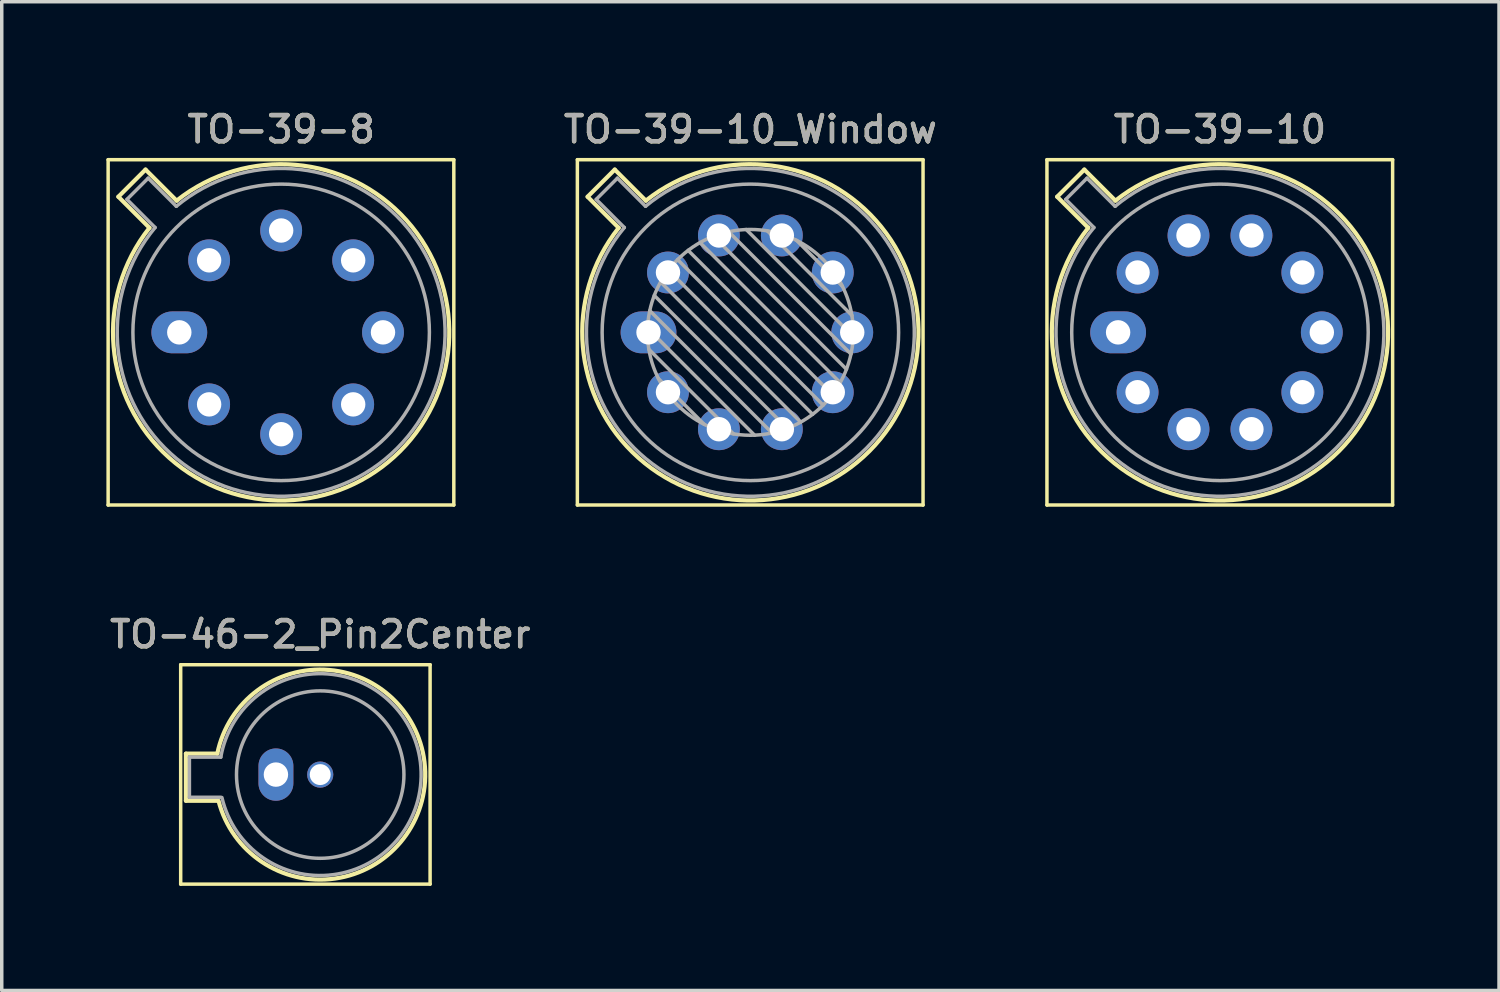
<source format=kicad_pcb>
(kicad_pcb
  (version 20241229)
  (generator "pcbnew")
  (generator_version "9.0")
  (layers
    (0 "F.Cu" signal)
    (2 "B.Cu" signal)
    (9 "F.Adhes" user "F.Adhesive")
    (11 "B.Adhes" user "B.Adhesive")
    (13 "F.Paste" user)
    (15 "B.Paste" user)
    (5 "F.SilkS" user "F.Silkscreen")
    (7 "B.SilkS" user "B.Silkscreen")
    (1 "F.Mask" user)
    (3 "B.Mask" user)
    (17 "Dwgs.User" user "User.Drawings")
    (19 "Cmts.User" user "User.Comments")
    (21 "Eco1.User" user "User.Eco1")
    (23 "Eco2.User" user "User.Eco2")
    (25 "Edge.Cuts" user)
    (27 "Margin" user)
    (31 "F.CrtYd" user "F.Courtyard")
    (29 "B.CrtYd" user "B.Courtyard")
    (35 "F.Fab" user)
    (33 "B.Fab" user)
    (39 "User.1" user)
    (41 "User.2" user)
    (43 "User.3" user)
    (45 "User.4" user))
  (footprint "TO-39-8"
    (layer "F.Cu")
    (at 2.09 6.478)
    (property "Reference" "TO-39-8" (at 2.92 -5.82 0) (layer "F.SilkS") (effects (font (size 0.75 0.75) (thickness 0.125))))
    (attr through_hole)
    (fp_line (start -2.04 -4.95) (end -2.04 4.95) (stroke (width 0.1) (type solid)) (layer "F.SilkS"))
    (fp_line (start -2.04 4.95) (end 7.87 4.95) (stroke (width 0.1) (type solid)) (layer "F.SilkS"))
    (fp_line (start -1.746 -3.888) (end -0.855 -2.997) (stroke (width 0.12) (type solid)) (layer "F.SilkS"))
    (fp_line (start -0.968 -4.666) (end -1.746 -3.888) (stroke (width 0.12) (type solid)) (layer "F.SilkS"))
    (fp_line (start -0.077 -3.775) (end -0.968 -4.666) (stroke (width 0.12) (type solid)) (layer "F.SilkS"))
    (fp_line (start 7.87 -4.95) (end -2.04 -4.95) (stroke (width 0.1) (type solid)) (layer "F.SilkS"))
    (fp_line (start 7.87 4.95) (end 7.87 -4.95) (stroke (width 0.1) (type solid)) (layer "F.SilkS"))
    (fp_arc (start -0.077084 -3.774902) (mid 6.328255 3.408255) (end -0.854902 -2.997084) (stroke (width 0.12) (type solid)) (layer "F.SilkS"))
    (fp_line (start -1.5 -3.812) (end -0.694 -3.005) (stroke (width 0.1) (type solid)) (layer "F.Fab"))
    (fp_line (start -0.892 -4.42) (end -1.5 -3.812) (stroke (width 0.1) (type solid)) (layer "F.Fab"))
    (fp_line (start -0.085 -3.614) (end -0.892 -4.42) (stroke (width 0.1) (type solid)) (layer "F.Fab"))
    (fp_arc (start -0.085408 -3.61352) (mid 6.243402 3.323402) (end -0.69352 -3.005408) (stroke (width 0.1) (type solid)) (layer "F.Fab"))
    (fp_circle (center 2.92 0) (end 7.17 0) (stroke (width 0.1) (type solid)) (fill no) (layer "F.Fab"))
    (fp_text user "${REFERENCE}" (at 2.92 -5.82 0) (layer "F.Fab") (effects (font (size 0.75 0.75) (thickness 0.125))))
    (pad "1" thru_hole oval (at 0 0) (size 1.6 1.2) (drill 0.7) (layers "*.Cu" "*.Mask"))
    (pad "2" thru_hole circle (at 0.855 2.065) (size 1.2 1.2) (drill 0.7) (layers "*.Cu" "*.Mask"))
    (pad "3" thru_hole circle (at 2.92 2.92) (size 1.2 1.2) (drill 0.7) (layers "*.Cu" "*.Mask"))
    (pad "4" thru_hole circle (at 4.985 2.065) (size 1.2 1.2) (drill 0.7) (layers "*.Cu" "*.Mask"))
    (pad "5" thru_hole circle (at 5.84 0) (size 1.2 1.2) (drill 0.7) (layers "*.Cu" "*.Mask"))
    (pad "6" thru_hole circle (at 4.985 -2.065) (size 1.2 1.2) (drill 0.7) (layers "*.Cu" "*.Mask"))
    (pad "7" thru_hole circle (at 2.92 -2.92) (size 1.2 1.2) (drill 0.7) (layers "*.Cu" "*.Mask"))
    (pad "8" thru_hole circle (at 0.855 -2.065) (size 1.2 1.2) (drill 0.7) (layers "*.Cu" "*.Mask")))
  (footprint "TO-39-10"
    (layer "F.Cu")
    (at 29.004 6.478)
    (property "Reference" "TO-39-10" (at 2.92 -5.82 0) (layer "F.SilkS") (effects (font (size 0.75 0.75) (thickness 0.125))))
    (attr through_hole)
    (fp_line (start -2.04 -4.95) (end -2.04 4.95) (stroke (width 0.1) (type solid)) (layer "F.SilkS"))
    (fp_line (start -2.04 4.95) (end 7.87 4.95) (stroke (width 0.1) (type solid)) (layer "F.SilkS"))
    (fp_line (start -1.746 -3.888) (end -0.855 -2.997) (stroke (width 0.12) (type solid)) (layer "F.SilkS"))
    (fp_line (start -0.968 -4.666) (end -1.746 -3.888) (stroke (width 0.12) (type solid)) (layer "F.SilkS"))
    (fp_line (start -0.077 -3.775) (end -0.968 -4.666) (stroke (width 0.12) (type solid)) (layer "F.SilkS"))
    (fp_line (start 7.87 -4.95) (end -2.04 -4.95) (stroke (width 0.1) (type solid)) (layer "F.SilkS"))
    (fp_line (start 7.87 4.95) (end 7.87 -4.95) (stroke (width 0.1) (type solid)) (layer "F.SilkS"))
    (fp_arc (start -0.077084 -3.774902) (mid 6.328255 3.408255) (end -0.854902 -2.997084) (stroke (width 0.12) (type solid)) (layer "F.SilkS"))
    (fp_line (start -1.5 -3.812) (end -0.694 -3.005) (stroke (width 0.1) (type solid)) (layer "F.Fab"))
    (fp_line (start -0.892 -4.42) (end -1.5 -3.812) (stroke (width 0.1) (type solid)) (layer "F.Fab"))
    (fp_line (start -0.085 -3.614) (end -0.892 -4.42) (stroke (width 0.1) (type solid)) (layer "F.Fab"))
    (fp_arc (start -0.085408 -3.61352) (mid 6.243402 3.323402) (end -0.69352 -3.005408) (stroke (width 0.1) (type solid)) (layer "F.Fab"))
    (fp_circle (center 2.92 0) (end 7.17 0) (stroke (width 0.1) (type solid)) (fill no) (layer "F.Fab"))
    (fp_text user "${REFERENCE}" (at 2.92 -5.82 0) (layer "F.Fab") (effects (font (size 0.75 0.75) (thickness 0.125))))
    (pad "1" thru_hole oval (at 0 0) (size 1.6 1.2) (drill 0.7) (layers "*.Cu" "*.Mask"))
    (pad "2" thru_hole circle (at 0.558 1.716) (size 1.2 1.2) (drill 0.7) (layers "*.Cu" "*.Mask"))
    (pad "3" thru_hole circle (at 2.018 2.777) (size 1.2 1.2) (drill 0.7) (layers "*.Cu" "*.Mask"))
    (pad "4" thru_hole circle (at 3.822 2.777) (size 1.2 1.2) (drill 0.7) (layers "*.Cu" "*.Mask"))
    (pad "5" thru_hole circle (at 5.282 1.716) (size 1.2 1.2) (drill 0.7) (layers "*.Cu" "*.Mask"))
    (pad "6" thru_hole circle (at 5.84 0) (size 1.2 1.2) (drill 0.7) (layers "*.Cu" "*.Mask"))
    (pad "7" thru_hole circle (at 5.282 -1.716) (size 1.2 1.2) (drill 0.7) (layers "*.Cu" "*.Mask"))
    (pad "8" thru_hole circle (at 3.822 -2.777) (size 1.2 1.2) (drill 0.7) (layers "*.Cu" "*.Mask"))
    (pad "9" thru_hole circle (at 2.018 -2.777) (size 1.2 1.2) (drill 0.7) (layers "*.Cu" "*.Mask"))
    (pad "10" thru_hole circle (at 0.558 -1.716) (size 1.2 1.2) (drill 0.7) (layers "*.Cu" "*.Mask")))
  (footprint "TO-46-2_Pin2Center"
    (layer "F.Cu")
    (at 4.86 19.156)
    (property "Reference" "TO-46-2_Pin2Center" (at 1.27 -4.02 0) (layer "F.SilkS") (effects (font (size 0.75 0.75) (thickness 0.125))))
    (attr through_hole)
    (fp_line (start -2.73 -3.15) (end -2.73 3.14) (stroke (width 0.1) (type solid)) (layer "F.SilkS"))
    (fp_line (start -2.73 -3.15) (end 4.42 -3.15) (stroke (width 0.1) (type solid)) (layer "F.SilkS"))
    (fp_line (start -2.58 -0.6) (end -2.58 0.75) (stroke (width 0.12) (type solid)) (layer "F.SilkS"))
    (fp_line (start -2.58 0.75) (end -1.68 0.75) (stroke (width 0.12) (type solid)) (layer "F.SilkS"))
    (fp_line (start -1.68 -0.6) (end -2.58 -0.6) (stroke (width 0.12) (type solid)) (layer "F.SilkS"))
    (fp_line (start 4.42 3.14) (end -2.73 3.14) (stroke (width 0.1) (type solid)) (layer "F.SilkS"))
    (fp_line (start 4.42 3.14) (end 4.42 -3.15) (stroke (width 0.1) (type solid)) (layer "F.SilkS"))
    (fp_arc (start -1.68 -0.6) (mid 4.279362 -0.078983) (end -1.644465 0.753918) (stroke (width 0.12) (type solid)) (layer "F.SilkS"))
    (fp_line (start -2.48 -0.5) (end -2.48 0.65) (stroke (width 0.1) (type solid)) (layer "F.Fab"))
    (fp_line (start -2.48 0.65) (end -1.58 0.65) (stroke (width 0.1) (type solid)) (layer "F.Fab"))
    (fp_line (start -1.58 -0.5) (end -2.48 -0.5) (stroke (width 0.1) (type solid)) (layer "F.Fab"))
    (fp_arc (start -1.58 -0.5) (mid 4.1624 -0.08076) (end -1.54766 0.65825) (stroke (width 0.1) (type solid)) (layer "F.Fab"))
    (fp_circle (center 1.27 0) (end 3.67 0) (stroke (width 0.1) (type solid)) (fill no) (layer "F.Fab"))
    (fp_text user "${REFERENCE}" (at 1.27 -4.02 0) (layer "F.Fab") (effects (font (size 0.75 0.75) (thickness 0.125))))
    (pad "1" thru_hole oval (at 0 0 90) (size 1.5 1) (drill 0.7) (layers "*.Cu" "*.Mask"))
    (pad "2" thru_hole oval (at 1.27 0) (size 0.75 0.75) (drill 0.6) (layers "*.Cu" "*.Mask")))
  (footprint "TO-39-10_Window"
    (layer "F.Cu")
    (at 15.542 6.478)
    (property "Reference" "TO-39-10_Window" (at 2.92 -5.82 0) (layer "F.SilkS") (effects (font (size 0.75 0.75) (thickness 0.125))))
    (attr through_hole)
    (fp_line (start -2.04 -4.95) (end -2.04 4.95) (stroke (width 0.1) (type solid)) (layer "F.SilkS"))
    (fp_line (start -2.04 4.95) (end 7.87 4.95) (stroke (width 0.1) (type solid)) (layer "F.SilkS"))
    (fp_line (start -1.746 -3.888) (end -0.855 -2.997) (stroke (width 0.12) (type solid)) (layer "F.SilkS"))
    (fp_line (start -0.968 -4.666) (end -1.746 -3.888) (stroke (width 0.12) (type solid)) (layer "F.SilkS"))
    (fp_line (start -0.077 -3.775) (end -0.968 -4.666) (stroke (width 0.12) (type solid)) (layer "F.SilkS"))
    (fp_line (start 7.87 -4.95) (end -2.04 -4.95) (stroke (width 0.1) (type solid)) (layer "F.SilkS"))
    (fp_line (start 7.87 4.95) (end 7.87 -4.95) (stroke (width 0.1) (type solid)) (layer "F.SilkS"))
    (fp_arc (start -0.077084 -3.774902) (mid 6.328255 3.408255) (end -0.854902 -2.997084) (stroke (width 0.12) (type solid)) (layer "F.SilkS"))
    (fp_line (start -1.5 -3.812) (end -0.694 -3.005) (stroke (width 0.1) (type solid)) (layer "F.Fab"))
    (fp_line (start -0.892 -4.42) (end -1.5 -3.812) (stroke (width 0.1) (type solid)) (layer "F.Fab"))
    (fp_line (start -0.085 -3.614) (end -0.892 -4.42) (stroke (width 0.1) (type solid)) (layer "F.Fab"))
    (fp_line (start -0.028 -0.12) (end 3.04 2.948) (stroke (width 0.1) (type solid)) (layer "F.Fab"))
    (fp_line (start 0.009 0.485) (end 2.435 2.911) (stroke (width 0.1) (type solid)) (layer "F.Fab"))
    (fp_line (start 0.036 -0.622) (end 3.542 2.884) (stroke (width 0.1) (type solid)) (layer "F.Fab"))
    (fp_line (start 0.165 -1.058) (end 3.978 2.755) (stroke (width 0.1) (type solid)) (layer "F.Fab"))
    (fp_line (start 0.283 1.324) (end 1.596 2.637) (stroke (width 0.1) (type solid)) (layer "F.Fab"))
    (fp_line (start 0.346 -1.443) (end 4.363 2.574) (stroke (width 0.1) (type solid)) (layer "F.Fab"))
    (fp_line (start 0.57 -1.784) (end 4.704 2.35) (stroke (width 0.1) (type solid)) (layer "F.Fab"))
    (fp_line (start 0.834 -2.086) (end 5.006 2.086) (stroke (width 0.1) (type solid)) (layer "F.Fab"))
    (fp_line (start 1.136 -2.35) (end 5.27 1.784) (stroke (width 0.1) (type solid)) (layer "F.Fab"))
    (fp_line (start 1.477 -2.574) (end 5.494 1.443) (stroke (width 0.1) (type solid)) (layer "F.Fab"))
    (fp_line (start 1.862 -2.755) (end 5.675 1.058) (stroke (width 0.1) (type solid)) (layer "F.Fab"))
    (fp_line (start 2.298 -2.884) (end 5.804 0.622) (stroke (width 0.1) (type solid)) (layer "F.Fab"))
    (fp_line (start 2.8 -2.948) (end 5.868 0.12) (stroke (width 0.1) (type solid)) (layer "F.Fab"))
    (fp_line (start 3.405 -2.911) (end 5.831 -0.485) (stroke (width 0.1) (type solid)) (layer "F.Fab"))
    (fp_line (start 4.244 -2.637) (end 5.557 -1.324) (stroke (width 0.1) (type solid)) (layer "F.Fab"))
    (fp_arc (start -0.085408 -3.61352) (mid 6.243402 3.323402) (end -0.69352 -3.005408) (stroke (width 0.1) (type solid)) (layer "F.Fab"))
    (fp_circle (center 2.92 0) (end 5.87 0) (stroke (width 0.1) (type solid)) (fill no) (layer "F.Fab"))
    (fp_circle (center 2.92 0) (end 7.17 0) (stroke (width 0.1) (type solid)) (fill no) (layer "F.Fab"))
    (fp_text user "${REFERENCE}" (at 2.92 -5.82 0) (layer "F.Fab") (effects (font (size 0.75 0.75) (thickness 0.125))))
    (pad "1" thru_hole oval (at 0 0) (size 1.6 1.2) (drill 0.7) (layers "*.Cu" "*.Mask"))
    (pad "2" thru_hole circle (at 0.558 1.716) (size 1.2 1.2) (drill 0.7) (layers "*.Cu" "*.Mask"))
    (pad "3" thru_hole circle (at 2.018 2.777) (size 1.2 1.2) (drill 0.7) (layers "*.Cu" "*.Mask"))
    (pad "4" thru_hole circle (at 3.822 2.777) (size 1.2 1.2) (drill 0.7) (layers "*.Cu" "*.Mask"))
    (pad "5" thru_hole circle (at 5.282 1.716) (size 1.2 1.2) (drill 0.7) (layers "*.Cu" "*.Mask"))
    (pad "6" thru_hole circle (at 5.84 0) (size 1.2 1.2) (drill 0.7) (layers "*.Cu" "*.Mask"))
    (pad "7" thru_hole circle (at 5.282 -1.716) (size 1.2 1.2) (drill 0.7) (layers "*.Cu" "*.Mask"))
    (pad "8" thru_hole circle (at 3.822 -2.777) (size 1.2 1.2) (drill 0.7) (layers "*.Cu" "*.Mask"))
    (pad "9" thru_hole circle (at 2.018 -2.777) (size 1.2 1.2) (drill 0.7) (layers "*.Cu" "*.Mask"))
    (pad "10" thru_hole circle (at 0.558 -1.716) (size 1.2 1.2) (drill 0.7) (layers "*.Cu" "*.Mask")))
  (gr_rect
    (start -3 -3)
    (end 39.924 25.346)
    (stroke (width 0.1) (type default))
    (fill no)
    (layer "Edge.Cuts")))
</source>
